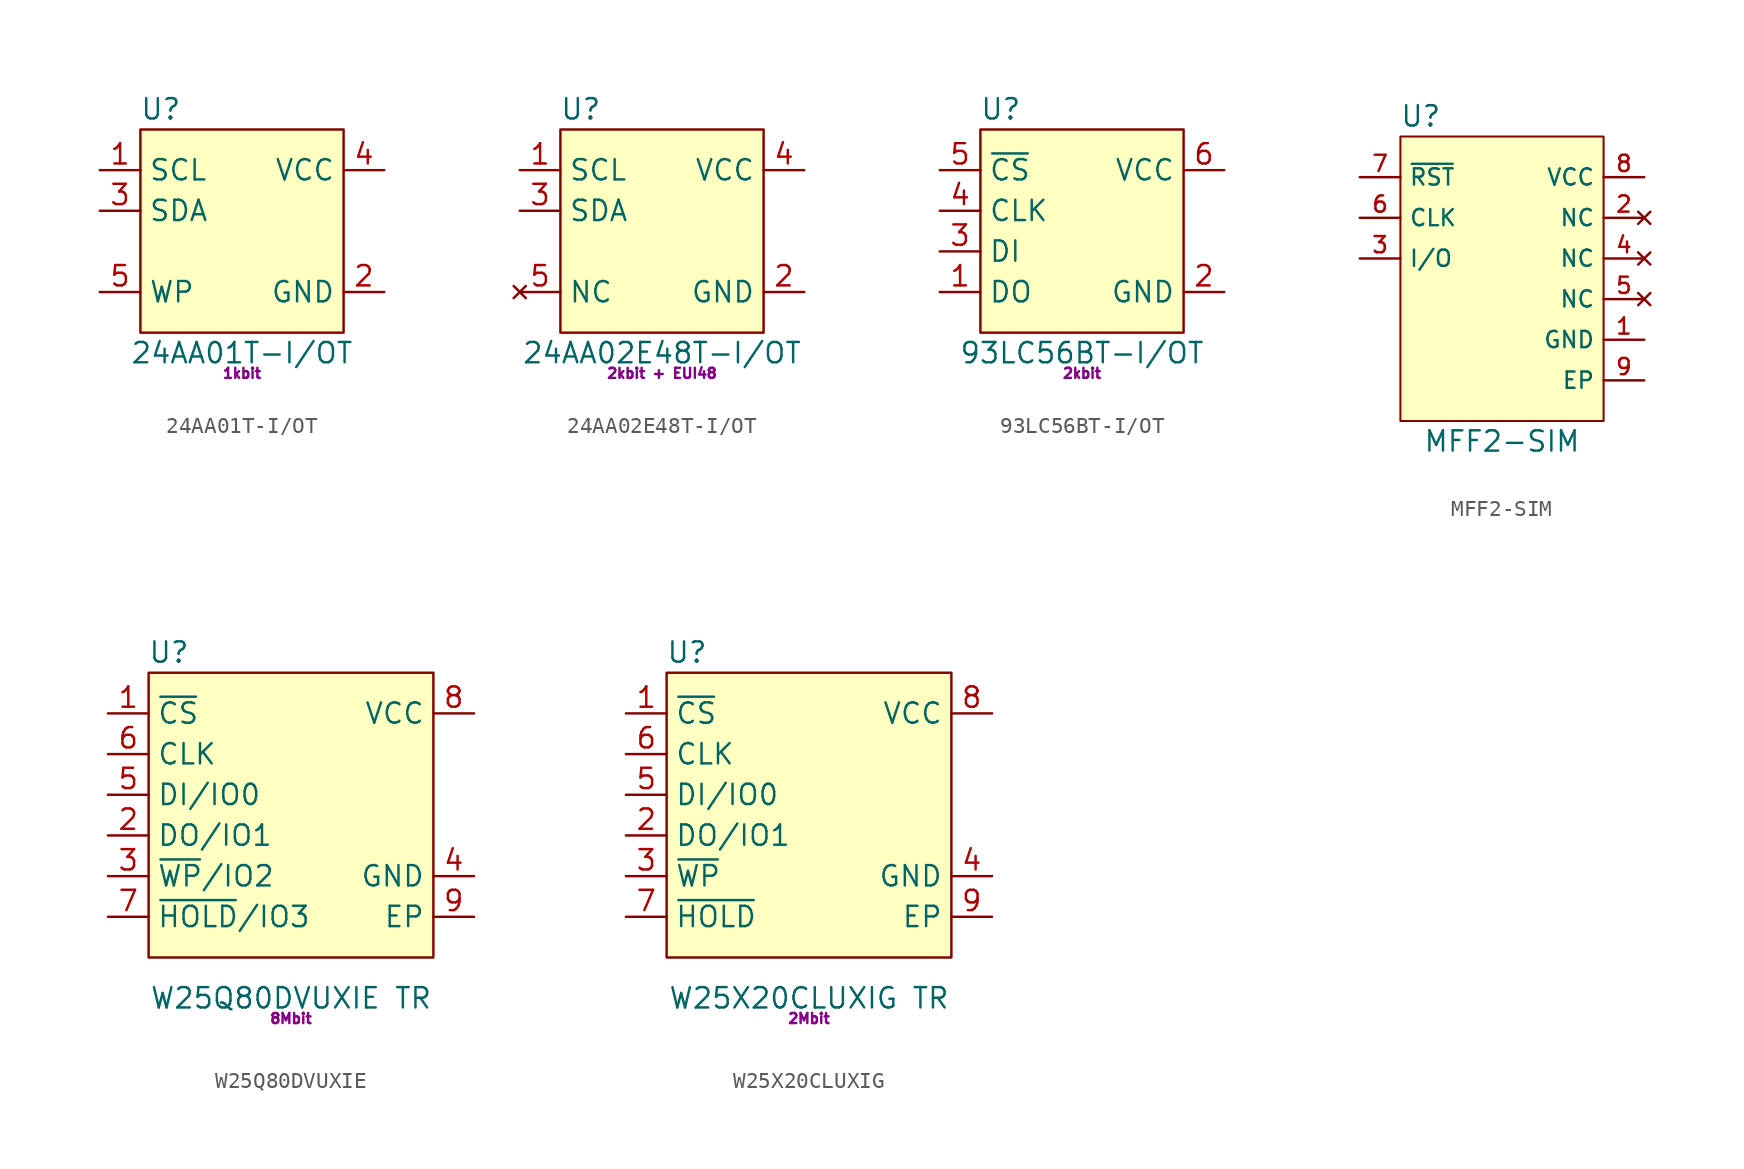
<source format=kicad_sym>
(kicad_symbol_lib
  (version 20241209)
  (generator "kicad_symbol_editor")
  (generator_version "9.0")
  (symbol "24AA01T-I/OT"
    (property "Reference" "U"
      (at -5.08 13.97 0)
      (effects (font (size 1.27 1.27))))
    (property "Value" "24AA01T-I/OT"
      (at 0 -1.27 0)
      (effects (font (size 1.27 1.27))))
    (property "Params" "1kbit"
      (at 0 -2.54 0)
      (effects (font (size 0.63 0.63))))
    (symbol "24AA01T-I/OT_0_1"
      (rectangle (start -6.35 12.7) (end 6.35 0) (stroke (width 0) (type default)) (fill (type background))))
    (symbol "24AA01T-I/OT_1_1"
      (pin bidirectional line (at -8.89 10.16 0) (length 2.54) (name "SCL" (effects (font (size 1.27 1.27)))) (number "1" (effects (font (size 1.27 1.27)))))
      (pin bidirectional line (at -8.89 7.62 0) (length 2.54) (name "SDA" (effects (font (size 1.27 1.27)))) (number "3" (effects (font (size 1.27 1.27)))))
      (pin input line (at -8.89 2.54 0) (length 2.54) (name "WP" (effects (font (size 1.27 1.27)))) (number "5" (effects (font (size 1.27 1.27)))))
      (pin power_in line (at 8.89 10.16 180) (length 2.54) (name "VCC" (effects (font (size 1.27 1.27)))) (number "4" (effects (font (size 1.27 1.27)))))
      (pin power_in line (at 8.89 2.54 180) (length 2.54) (name "GND" (effects (font (size 1.27 1.27)))) (number "2" (effects (font (size 1.27 1.27)))))))
  (symbol "24AA02E48T-I/OT"
    (property "Reference" "U"
      (at -5.08 13.97 0)
      (effects (font (size 1.27 1.27))))
    (property "Value" "24AA02E48T-I/OT"
      (at 0 -1.27 0)
      (effects (font (size 1.27 1.27))))
    (property "Params" "2kbit + EUI48"
      (at 0 -2.54 0)
      (effects (font (size 0.63 0.63))))
    (symbol "24AA02E48T-I/OT_0_1"
      (rectangle (start -6.35 12.7) (end 6.35 0) (stroke (width 0) (type default)) (fill (type background))))
    (symbol "24AA02E48T-I/OT_1_1"
      (pin bidirectional line (at -8.89 10.16 0) (length 2.54) (name "SCL" (effects (font (size 1.27 1.27)))) (number "1" (effects (font (size 1.27 1.27)))))
      (pin bidirectional line (at -8.89 7.62 0) (length 2.54) (name "SDA" (effects (font (size 1.27 1.27)))) (number "3" (effects (font (size 1.27 1.27)))))
      (pin no_connect line (at -8.89 2.54 0) (length 2.54) (name "NC" (effects (font (size 1.27 1.27)))) (number "5" (effects (font (size 1.27 1.27)))))
      (pin power_in line (at 8.89 10.16 180) (length 2.54) (name "VCC" (effects (font (size 1.27 1.27)))) (number "4" (effects (font (size 1.27 1.27)))))
      (pin power_in line (at 8.89 2.54 180) (length 2.54) (name "GND" (effects (font (size 1.27 1.27)))) (number "2" (effects (font (size 1.27 1.27)))))))
  (symbol "93LC56BT-I/OT"
    (property "Reference" "U"
      (at -5.08 13.97 0)
      (effects (font (size 1.27 1.27))))
    (property "Value" "93LC56BT-I/OT"
      (at 0 -1.27 0)
      (effects (font (size 1.27 1.27))))
    (property "Params" "2kbit"
      (at 0 -2.54 0)
      (effects (font (size 0.63 0.63))))
    (symbol "93LC56BT-I/OT_0_1"
      (rectangle (start -6.35 12.7) (end 6.35 0) (stroke (width 0) (type default)) (fill (type background))))
    (symbol "93LC56BT-I/OT_1_1"
      (pin input line (at -8.89 10.16 0) (length 2.54) (name "~{CS}" (effects (font (size 1.27 1.27)))) (number "5" (effects (font (size 1.27 1.27)))))
      (pin input line (at -8.89 7.62 0) (length 2.54) (name "CLK" (effects (font (size 1.27 1.27)))) (number "4" (effects (font (size 1.27 1.27)))))
      (pin input line (at -8.89 5.08 0) (length 2.54) (name "DI" (effects (font (size 1.27 1.27)))) (number "3" (effects (font (size 1.27 1.27)))))
      (pin output line (at -8.89 2.54 0) (length 2.54) (name "DO" (effects (font (size 1.27 1.27)))) (number "1" (effects (font (size 1.27 1.27)))))
      (pin power_in line (at 8.89 10.16 180) (length 2.54) (name "VCC" (effects (font (size 1.27 1.27)))) (number "6" (effects (font (size 1.27 1.27)))))
      (pin power_in line (at 8.89 2.54 180) (length 2.54) (name "GND" (effects (font (size 1.27 1.27)))) (number "2" (effects (font (size 1.27 1.27)))))))
  (symbol "MFF2-SIM"
    (property "Reference" "U"
      (at 1.27 19.05 0)
      (effects (font (size 1.27 1.27))))
    (property "Value" "MFF2-SIM"
      (at 6.35 -1.27 0)
      (effects (font (size 1.27 1.27))))
    (symbol "MFF2-SIM_1_0"
      (rectangle (start 0 17.78) (end 12.7 0) (stroke (width 0.127) (type default)) (fill (type background)))
      (pin input line (at -2.54 15.24 0) (length 2.54) (name "~{RST}" (effects (font (size 1.016 1.016)))) (number "7" (effects (font (size 1.016 1.016)))))
      (pin input line (at -2.54 12.7 0) (length 2.54) (name "CLK" (effects (font (size 1.016 1.016)))) (number "6" (effects (font (size 1.016 1.016)))))
      (pin bidirectional line (at -2.54 10.16 0) (length 2.54) (name "I/O" (effects (font (size 1.016 1.016)))) (number "3" (effects (font (size 1.016 1.016)))))
      (pin power_in line (at 15.24 15.24 180) (length 2.54) (name "VCC" (effects (font (size 1.016 1.016)))) (number "8" (effects (font (size 1.016 1.016)))))
      (pin no_connect line (at 15.24 12.7 180) (length 2.54) (name "NC" (effects (font (size 1.016 1.016)))) (number "2" (effects (font (size 1.016 1.016)))))
      (pin no_connect line (at 15.24 10.16 180) (length 2.54) (name "NC" (effects (font (size 1.016 1.016)))) (number "4" (effects (font (size 1.016 1.016)))))
      (pin no_connect line (at 15.24 7.62 180) (length 2.54) (name "NC" (effects (font (size 1.016 1.016)))) (number "5" (effects (font (size 1.016 1.016)))))
      (pin power_in line (at 15.24 5.08 180) (length 2.54) (name "GND" (effects (font (size 1.016 1.016)))) (number "1" (effects (font (size 1.016 1.016)))))
      (pin power_in line (at 15.24 2.54 180) (length 2.54) (name "EP" (effects (font (size 1.016 1.016)))) (number "9" (effects (font (size 1.016 1.016)))))))
  (symbol "W25Q80DVUXIE"
    (property "Reference" "U"
      (at -7.62 19.05 0)
      (effects (font (size 1.27 1.27))))
    (property "Value" "W25Q80DVUXIE TR"
      (at 0 -2.54 0)
      (effects (font (size 1.27 1.27))))
    (property "Params" "8Mbit"
      (at 0 -3.81 0)
      (effects (font (size 0.63 0.63))))
    (symbol "W25Q80DVUXIE_0_1"
      (rectangle (start -8.89 17.78) (end 8.89 0) (stroke (width 0) (type default)) (fill (type background))))
    (symbol "W25Q80DVUXIE_1_1"
      (pin input line (at -11.43 15.24 0) (length 2.54) (name "~{CS}" (effects (font (size 1.27 1.27)))) (number "1" (effects (font (size 1.27 1.27)))))
      (pin input line (at -11.43 12.7 0) (length 2.54) (name "CLK" (effects (font (size 1.27 1.27)))) (number "6" (effects (font (size 1.27 1.27)))))
      (pin bidirectional line (at -11.43 10.16 0) (length 2.54) (name "DI/IO0" (effects (font (size 1.27 1.27)))) (number "5" (effects (font (size 1.27 1.27)))))
      (pin bidirectional line (at -11.43 7.62 0) (length 2.54) (name "DO/IO1" (effects (font (size 1.27 1.27)))) (number "2" (effects (font (size 1.27 1.27)))))
      (pin bidirectional line (at -11.43 5.08 0) (length 2.54) (name "~{WP}/IO2" (effects (font (size 1.27 1.27)))) (number "3" (effects (font (size 1.27 1.27)))))
      (pin bidirectional line (at -11.43 2.54 0) (length 2.54) (name "~{HOLD}/IO3" (effects (font (size 1.27 1.27)))) (number "7" (effects (font (size 1.27 1.27)))))
      (pin power_in line (at 11.43 15.24 180) (length 2.54) (name "VCC" (effects (font (size 1.27 1.27)))) (number "8" (effects (font (size 1.27 1.27)))))
      (pin power_in line (at 11.43 5.08 180) (length 2.54) (name "GND" (effects (font (size 1.27 1.27)))) (number "4" (effects (font (size 1.27 1.27)))))
      (pin free line (at 11.43 2.54 180) (length 2.54) (name "EP" (effects (font (size 1.27 1.27)))) (number "9" (effects (font (size 1.27 1.27)))))))
  (symbol "W25X20CLUXIG"
    (property "Reference" "U"
      (at -7.62 19.05 0)
      (effects (font (size 1.27 1.27))))
    (property "Value" "W25X20CLUXIG TR"
      (at 0 -2.54 0)
      (effects (font (size 1.27 1.27))))
    (property "Params" "2Mbit"
      (at 0 -3.81 0)
      (effects (font (size 0.63 0.63))))
    (symbol "W25X20CLUXIG_0_1"
      (rectangle (start -8.89 17.78) (end 8.89 0) (stroke (width 0) (type default)) (fill (type background))))
    (symbol "W25X20CLUXIG_1_1"
      (pin input line (at -11.43 15.24 0) (length 2.54) (name "~{CS}" (effects (font (size 1.27 1.27)))) (number "1" (effects (font (size 1.27 1.27)))))
      (pin input line (at -11.43 12.7 0) (length 2.54) (name "CLK" (effects (font (size 1.27 1.27)))) (number "6" (effects (font (size 1.27 1.27)))))
      (pin input line (at -11.43 10.16 0) (length 2.54) (name "DI/IO0" (effects (font (size 1.27 1.27)))) (number "5" (effects (font (size 1.27 1.27)))))
      (pin output line (at -11.43 7.62 0) (length 2.54) (name "DO/IO1" (effects (font (size 1.27 1.27)))) (number "2" (effects (font (size 1.27 1.27)))))
      (pin input line (at -11.43 5.08 0) (length 2.54) (name "~{WP}" (effects (font (size 1.27 1.27)))) (number "3" (effects (font (size 1.27 1.27)))))
      (pin input line (at -11.43 2.54 0) (length 2.54) (name "~{HOLD}" (effects (font (size 1.27 1.27)))) (number "7" (effects (font (size 1.27 1.27)))))
      (pin power_in line (at 11.43 15.24 180) (length 2.54) (name "VCC" (effects (font (size 1.27 1.27)))) (number "8" (effects (font (size 1.27 1.27)))))
      (pin power_in line (at 11.43 5.08 180) (length 2.54) (name "GND" (effects (font (size 1.27 1.27)))) (number "4" (effects (font (size 1.27 1.27)))))
      (pin free line (at 11.43 2.54 180) (length 2.54) (name "EP" (effects (font (size 1.27 1.27)))) (number "9" (effects (font (size 1.27 1.27))))))))
</source>
